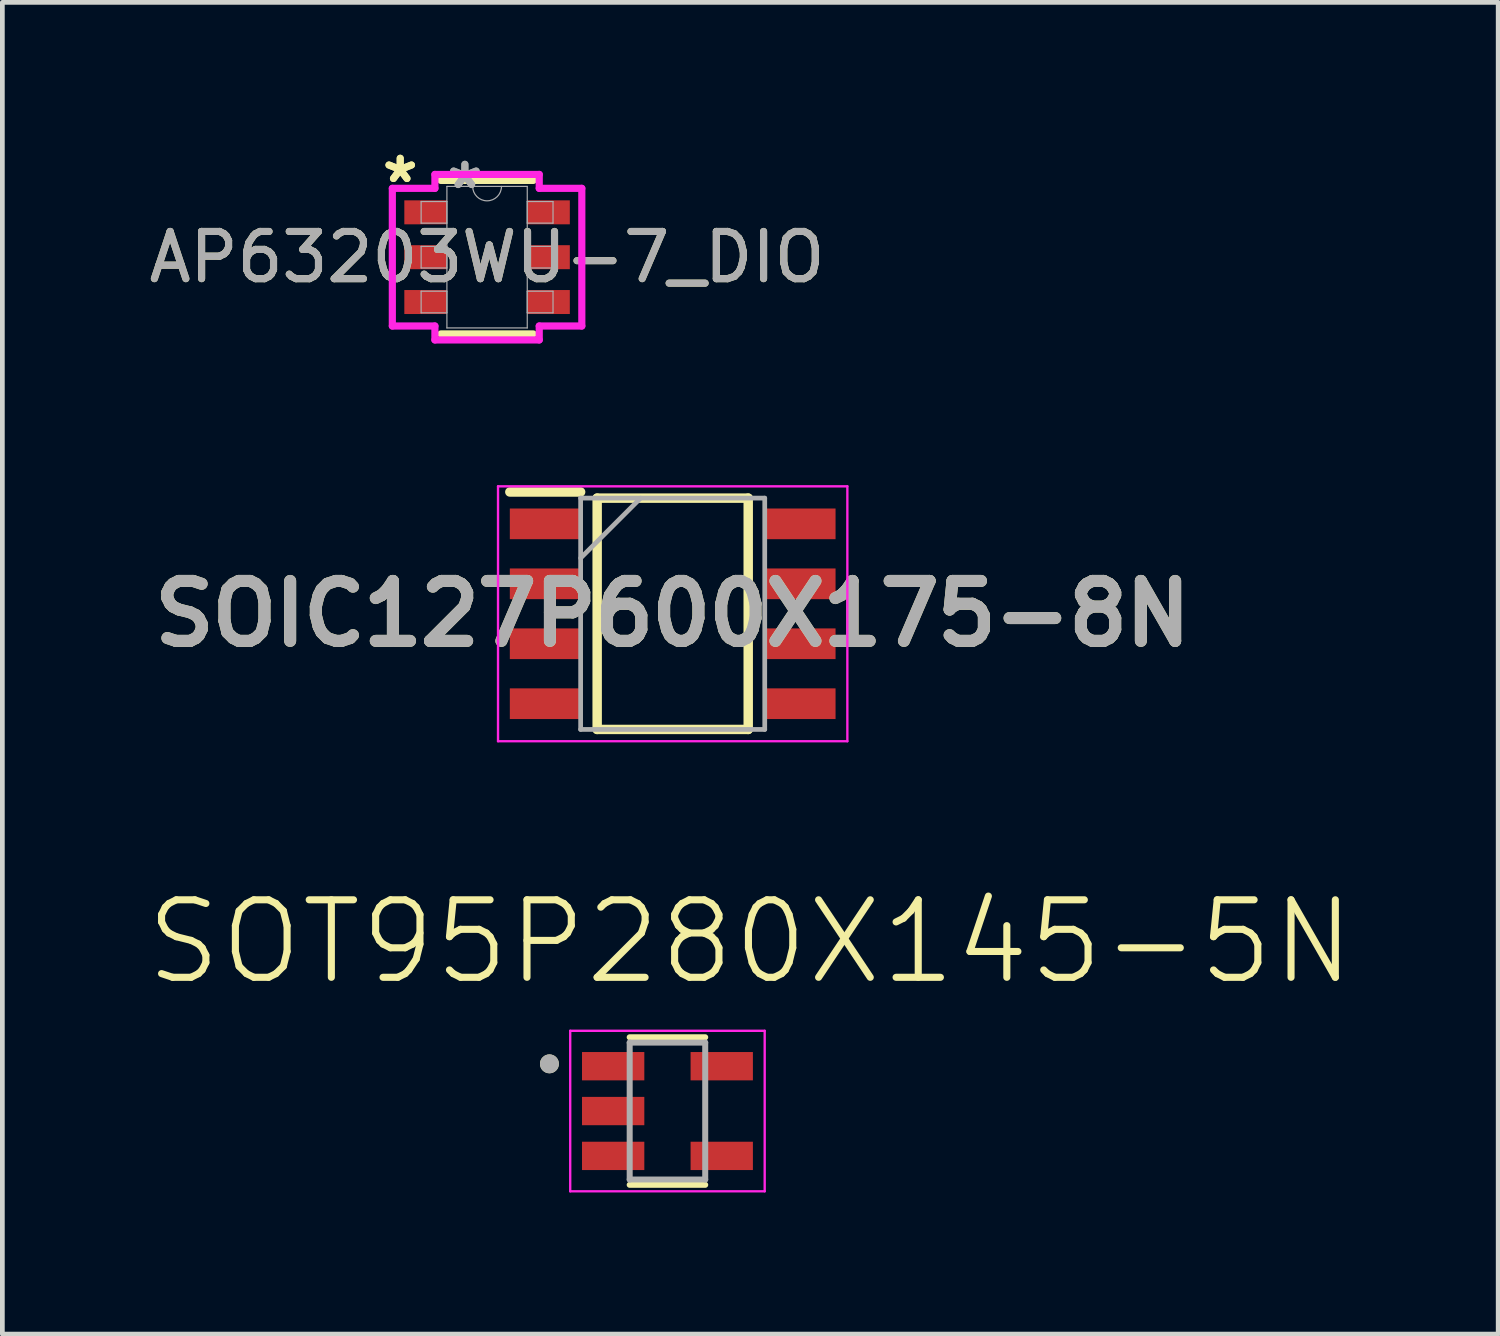
<source format=kicad_pcb>
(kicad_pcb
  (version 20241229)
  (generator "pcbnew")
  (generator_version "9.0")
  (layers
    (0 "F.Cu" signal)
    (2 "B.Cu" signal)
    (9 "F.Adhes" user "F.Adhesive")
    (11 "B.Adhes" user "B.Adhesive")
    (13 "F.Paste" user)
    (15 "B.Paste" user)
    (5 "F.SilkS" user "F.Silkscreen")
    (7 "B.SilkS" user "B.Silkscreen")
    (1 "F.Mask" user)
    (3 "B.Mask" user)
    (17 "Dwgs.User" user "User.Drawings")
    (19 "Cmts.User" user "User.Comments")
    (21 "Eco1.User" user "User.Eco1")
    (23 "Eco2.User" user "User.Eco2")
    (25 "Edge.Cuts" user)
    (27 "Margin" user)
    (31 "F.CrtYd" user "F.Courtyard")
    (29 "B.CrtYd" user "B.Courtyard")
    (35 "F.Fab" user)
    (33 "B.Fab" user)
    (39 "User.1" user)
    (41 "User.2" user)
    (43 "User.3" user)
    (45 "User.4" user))
  (footprint "AP63203WU-7_DIO"
    (layer "F.Cu")
    (at 7.268 2.398)
    (property "Reference" "AP63203WU-7_DIO" (at 0 0 0) (unlocked yes) (layer "F.SilkS") (effects (font (size 1 1) (thickness 0.15))))
    (attr smd)
    (fp_line (start -0.978 1.626) (end 0.978 1.626) (stroke (width 0.152) (type solid)) (layer "F.SilkS"))
    (fp_line (start 0.978 -1.626) (end -0.978 -1.626) (stroke (width 0.152) (type solid)) (layer "F.SilkS"))
    (fp_line (start -2.007 -1.458) (end -1.105 -1.458) (stroke (width 0.152) (type solid)) (layer "F.CrtYd"))
    (fp_line (start -2.007 1.458) (end -2.007 -1.458) (stroke (width 0.152) (type solid)) (layer "F.CrtYd"))
    (fp_line (start -2.007 1.458) (end -1.105 1.458) (stroke (width 0.152) (type solid)) (layer "F.CrtYd"))
    (fp_line (start -1.105 -1.753) (end 1.105 -1.753) (stroke (width 0.152) (type solid)) (layer "F.CrtYd"))
    (fp_line (start -1.105 -1.458) (end -1.105 -1.753) (stroke (width 0.152) (type solid)) (layer "F.CrtYd"))
    (fp_line (start -1.105 1.753) (end -1.105 1.458) (stroke (width 0.152) (type solid)) (layer "F.CrtYd"))
    (fp_line (start 1.105 -1.753) (end 1.105 -1.458) (stroke (width 0.152) (type solid)) (layer "F.CrtYd"))
    (fp_line (start 1.105 1.458) (end 1.105 1.753) (stroke (width 0.152) (type solid)) (layer "F.CrtYd"))
    (fp_line (start 1.105 1.753) (end -1.105 1.753) (stroke (width 0.152) (type solid)) (layer "F.CrtYd"))
    (fp_line (start 2.007 -1.458) (end 1.105 -1.458) (stroke (width 0.152) (type solid)) (layer "F.CrtYd"))
    (fp_line (start 2.007 -1.458) (end 2.007 1.458) (stroke (width 0.152) (type solid)) (layer "F.CrtYd"))
    (fp_line (start 2.007 1.458) (end 1.105 1.458) (stroke (width 0.152) (type solid)) (layer "F.CrtYd"))
    (fp_line (start -1.397 -1.179) (end -1.397 -0.721) (stroke (width 0.025) (type solid)) (layer "F.Fab"))
    (fp_line (start -1.397 -0.721) (end -0.851 -0.721) (stroke (width 0.025) (type solid)) (layer "F.Fab"))
    (fp_line (start -1.397 -0.229) (end -1.397 0.229) (stroke (width 0.025) (type solid)) (layer "F.Fab"))
    (fp_line (start -1.397 0.229) (end -0.851 0.229) (stroke (width 0.025) (type solid)) (layer "F.Fab"))
    (fp_line (start -1.397 0.721) (end -1.397 1.179) (stroke (width 0.025) (type solid)) (layer "F.Fab"))
    (fp_line (start -1.397 1.179) (end -0.851 1.179) (stroke (width 0.025) (type solid)) (layer "F.Fab"))
    (fp_line (start -0.851 -1.499) (end -0.851 1.499) (stroke (width 0.025) (type solid)) (layer "F.Fab"))
    (fp_line (start -0.851 -1.179) (end -1.397 -1.179) (stroke (width 0.025) (type solid)) (layer "F.Fab"))
    (fp_line (start -0.851 -0.721) (end -0.851 -1.179) (stroke (width 0.025) (type solid)) (layer "F.Fab"))
    (fp_line (start -0.851 -0.229) (end -1.397 -0.229) (stroke (width 0.025) (type solid)) (layer "F.Fab"))
    (fp_line (start -0.851 0.229) (end -0.851 -0.229) (stroke (width 0.025) (type solid)) (layer "F.Fab"))
    (fp_line (start -0.851 0.721) (end -1.397 0.721) (stroke (width 0.025) (type solid)) (layer "F.Fab"))
    (fp_line (start -0.851 1.179) (end -0.851 0.721) (stroke (width 0.025) (type solid)) (layer "F.Fab"))
    (fp_line (start -0.851 1.499) (end 0.851 1.499) (stroke (width 0.025) (type solid)) (layer "F.Fab"))
    (fp_line (start 0.851 -1.499) (end -0.851 -1.499) (stroke (width 0.025) (type solid)) (layer "F.Fab"))
    (fp_line (start 0.851 -1.179) (end 0.851 -0.721) (stroke (width 0.025) (type solid)) (layer "F.Fab"))
    (fp_line (start 0.851 -0.721) (end 1.397 -0.721) (stroke (width 0.025) (type solid)) (layer "F.Fab"))
    (fp_line (start 0.851 -0.229) (end 0.851 0.229) (stroke (width 0.025) (type solid)) (layer "F.Fab"))
    (fp_line (start 0.851 0.229) (end 1.397 0.229) (stroke (width 0.025) (type solid)) (layer "F.Fab"))
    (fp_line (start 0.851 0.721) (end 0.851 1.179) (stroke (width 0.025) (type solid)) (layer "F.Fab"))
    (fp_line (start 0.851 1.179) (end 1.397 1.179) (stroke (width 0.025) (type solid)) (layer "F.Fab"))
    (fp_line (start 0.851 1.499) (end 0.851 -1.499) (stroke (width 0.025) (type solid)) (layer "F.Fab"))
    (fp_line (start 1.397 -1.179) (end 0.851 -1.179) (stroke (width 0.025) (type solid)) (layer "F.Fab"))
    (fp_line (start 1.397 -0.721) (end 1.397 -1.179) (stroke (width 0.025) (type solid)) (layer "F.Fab"))
    (fp_line (start 1.397 -0.229) (end 0.851 -0.229) (stroke (width 0.025) (type solid)) (layer "F.Fab"))
    (fp_line (start 1.397 0.229) (end 1.397 -0.229) (stroke (width 0.025) (type solid)) (layer "F.Fab"))
    (fp_line (start 1.397 0.721) (end 0.851 0.721) (stroke (width 0.025) (type solid)) (layer "F.Fab"))
    (fp_line (start 1.397 1.179) (end 1.397 0.721) (stroke (width 0.025) (type solid)) (layer "F.Fab"))
    (fp_arc (start 0.3048 -1.4986) (mid 0 -1.1938) (end -0.3048 -1.4986) (stroke (width 0.0254) (type solid)) (layer "F.Fab"))
    (fp_text user "*" (at -1.84 -1.55 0) (unlocked yes) (layer "F.SilkS") (effects (font (size 1 1) (thickness 0.15))))
    (fp_text user "*" (at -1.84 -1.55 0) (layer "F.SilkS") (effects (font (size 1 1) (thickness 0.15))))
    (fp_text user "*" (at -0.47 -1.422 0) (unlocked yes) (layer "F.Fab") (effects (font (size 1 1) (thickness 0.15))))
    (fp_text user "*" (at -0.47 -1.422 0) (layer "F.Fab") (effects (font (size 1 1) (thickness 0.15))))
    (fp_text user "${REFERENCE}" (at 0 0 0) (unlocked yes) (layer "F.Fab") (effects (font (size 1 1) (thickness 0.15))))
    (pad "1" smd rect (at -1.302 -0.95) (size 0.902 0.508) (layers "F.Cu" "F.Mask" "F.Paste"))
    (pad "2" smd rect (at -1.302 0) (size 0.902 0.508) (layers "F.Cu" "F.Mask" "F.Paste"))
    (pad "3" smd rect (at -1.302 0.95) (size 0.902 0.508) (layers "F.Cu" "F.Mask" "F.Paste"))
    (pad "4" smd rect (at 1.302 0.95) (size 0.902 0.508) (layers "F.Cu" "F.Mask" "F.Paste"))
    (pad "5" smd rect (at 1.302 0) (size 0.902 0.508) (layers "F.Cu" "F.Mask" "F.Paste"))
    (pad "6" smd rect (at 1.302 -0.95) (size 0.902 0.508) (layers "F.Cu" "F.Mask" "F.Paste")))
  (footprint "SOT95P280X145-5N"
    (layer "F.Cu")
    (at 11.089 20.486)
    (property "Reference" "SOT95P280X145-5N" (at 1.755 -3.585 0) (layer "F.SilkS") (effects (font (size 1.642 1.642) (thickness 0.15))))
    (attr smd)
    (fp_line (start -0.8 -1.563) (end 0.8 -1.563) (stroke (width 0.127) (type solid)) (layer "F.SilkS"))
    (fp_line (start 0.8 1.563) (end -0.8 1.563) (stroke (width 0.127) (type solid)) (layer "F.SilkS"))
    (fp_circle (center -2.5 -1) (end -2.4 -1) (stroke (width 0.2) (type solid)) (fill no) (layer "F.SilkS"))
    (fp_line (start -2.06 -1.7) (end -2.06 1.7) (stroke (width 0.05) (type solid)) (layer "F.CrtYd"))
    (fp_line (start -2.06 1.7) (end 2.06 1.7) (stroke (width 0.05) (type solid)) (layer "F.CrtYd"))
    (fp_line (start 2.06 -1.7) (end -2.06 -1.7) (stroke (width 0.05) (type solid)) (layer "F.CrtYd"))
    (fp_line (start 2.06 1.7) (end 2.06 -1.7) (stroke (width 0.05) (type solid)) (layer "F.CrtYd"))
    (fp_line (start -0.8 -1.45) (end 0.8 -1.45) (stroke (width 0.127) (type solid)) (layer "F.Fab"))
    (fp_line (start -0.8 1.45) (end -0.8 -1.45) (stroke (width 0.127) (type solid)) (layer "F.Fab"))
    (fp_line (start 0.8 -1.45) (end 0.8 1.45) (stroke (width 0.127) (type solid)) (layer "F.Fab"))
    (fp_line (start 0.8 1.45) (end -0.8 1.45) (stroke (width 0.127) (type solid)) (layer "F.Fab"))
    (fp_circle (center -2.5 -1) (end -2.4 -1) (stroke (width 0.2) (type solid)) (fill no) (layer "F.Fab"))
    (pad "1" smd rect (at -1.15 -0.95) (size 1.32 0.6) (layers "F.Cu" "F.Mask" "F.Paste"))
    (pad "2" smd rect (at -1.15 0) (size 1.32 0.6) (layers "F.Cu" "F.Mask" "F.Paste"))
    (pad "3" smd rect (at -1.15 0.95) (size 1.32 0.6) (layers "F.Cu" "F.Mask" "F.Paste"))
    (pad "4" smd rect (at 1.15 0.95) (size 1.32 0.6) (layers "F.Cu" "F.Mask" "F.Paste"))
    (pad "5" smd rect (at 1.15 -0.95) (size 1.32 0.6) (layers "F.Cu" "F.Mask" "F.Paste")))
  (footprint "SOIC127P600X175-8N"
    (layer "F.Cu")
    (at 11.2 9.952)
    (property "Reference" "SOIC127P600X175-8N" (at 0 0 0) (layer "F.SilkS") (effects (font (size 1.27 1.27) (thickness 0.254))))
    (attr smd)
    (fp_line (start -3.45 -2.58) (end -1.95 -2.58) (stroke (width 0.2) (type solid)) (layer "F.SilkS"))
    (fp_line (start -1.6 -2.45) (end 1.6 -2.45) (stroke (width 0.2) (type solid)) (layer "F.SilkS"))
    (fp_line (start -1.6 2.45) (end -1.6 -2.45) (stroke (width 0.2) (type solid)) (layer "F.SilkS"))
    (fp_line (start 1.6 -2.45) (end 1.6 2.45) (stroke (width 0.2) (type solid)) (layer "F.SilkS"))
    (fp_line (start 1.6 2.45) (end -1.6 2.45) (stroke (width 0.2) (type solid)) (layer "F.SilkS"))
    (fp_line (start -3.7 -2.7) (end 3.7 -2.7) (stroke (width 0.05) (type solid)) (layer "F.CrtYd"))
    (fp_line (start -3.7 2.7) (end -3.7 -2.7) (stroke (width 0.05) (type solid)) (layer "F.CrtYd"))
    (fp_line (start 3.7 -2.7) (end 3.7 2.7) (stroke (width 0.05) (type solid)) (layer "F.CrtYd"))
    (fp_line (start 3.7 2.7) (end -3.7 2.7) (stroke (width 0.05) (type solid)) (layer "F.CrtYd"))
    (fp_line (start -1.95 -2.45) (end 1.95 -2.45) (stroke (width 0.1) (type solid)) (layer "F.Fab"))
    (fp_line (start -1.95 -1.18) (end -0.68 -2.45) (stroke (width 0.1) (type solid)) (layer "F.Fab"))
    (fp_line (start -1.95 2.45) (end -1.95 -2.45) (stroke (width 0.1) (type solid)) (layer "F.Fab"))
    (fp_line (start 1.95 -2.45) (end 1.95 2.45) (stroke (width 0.1) (type solid)) (layer "F.Fab"))
    (fp_line (start 1.95 2.45) (end -1.95 2.45) (stroke (width 0.1) (type solid)) (layer "F.Fab"))
    (fp_text user "${REFERENCE}" (at 0 0 0) (layer "F.Fab") (effects (font (size 1.27 1.27) (thickness 0.254))))
    (pad "1" smd rect (at -2.7 -1.905 90) (size 0.65 1.5) (layers "F.Cu" "F.Mask" "F.Paste"))
    (pad "2" smd rect (at -2.7 -0.635 90) (size 0.65 1.5) (layers "F.Cu" "F.Mask" "F.Paste"))
    (pad "3" smd rect (at -2.7 0.635 90) (size 0.65 1.5) (layers "F.Cu" "F.Mask" "F.Paste"))
    (pad "4" smd rect (at -2.7 1.905 90) (size 0.65 1.5) (layers "F.Cu" "F.Mask" "F.Paste"))
    (pad "5" smd rect (at 2.7 1.905 90) (size 0.65 1.5) (layers "F.Cu" "F.Mask" "F.Paste"))
    (pad "6" smd rect (at 2.7 0.635 90) (size 0.65 1.5) (layers "F.Cu" "F.Mask" "F.Paste"))
    (pad "7" smd rect (at 2.7 -0.635 90) (size 0.65 1.5) (layers "F.Cu" "F.Mask" "F.Paste"))
    (pad "8" smd rect (at 2.7 -1.905 90) (size 0.65 1.5) (layers "F.Cu" "F.Mask" "F.Paste")))
  (gr_rect
    (start -3 -3)
    (end 28.687 25.211)
    (stroke (width 0.1) (type default))
    (fill no)
    (layer "Edge.Cuts")))
</source>
